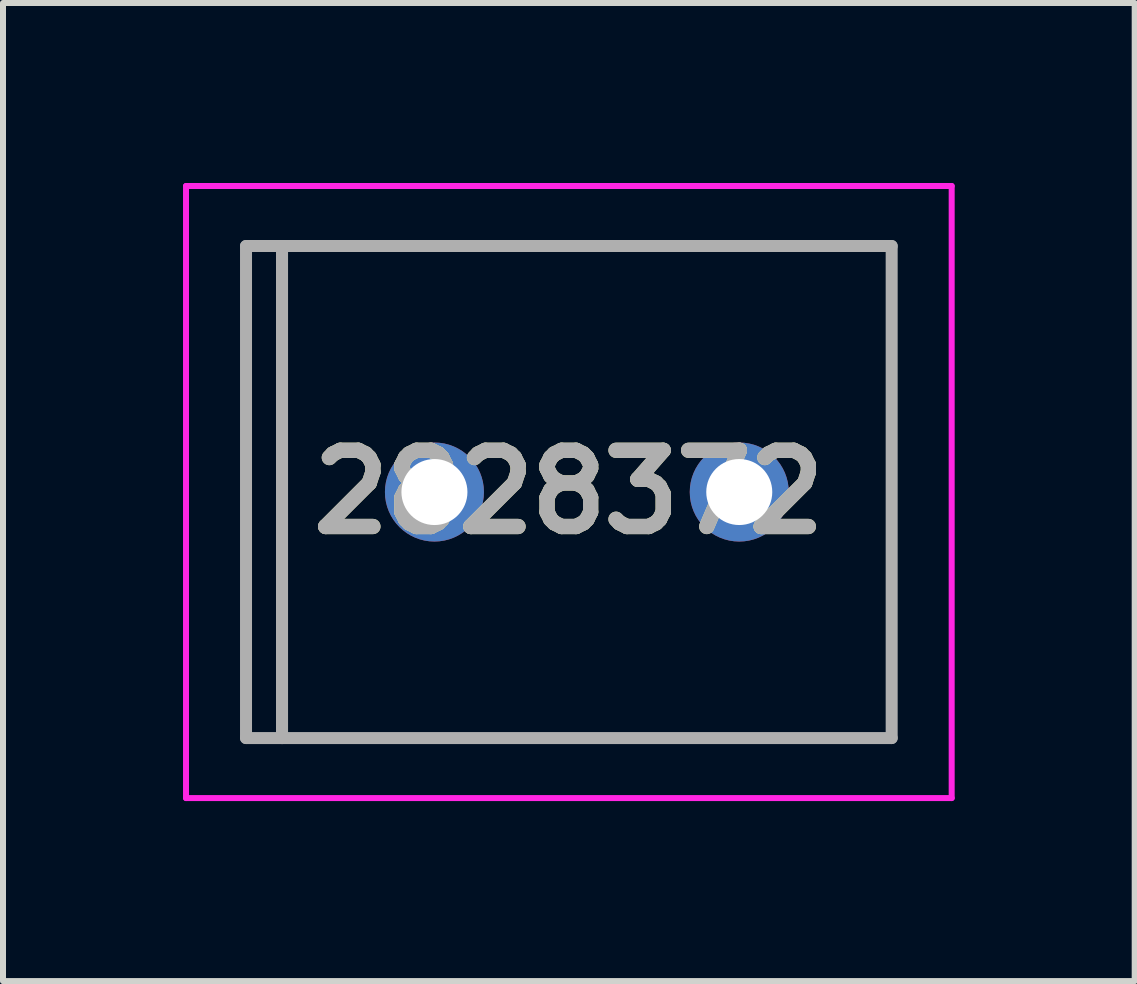
<source format=kicad_pcb>
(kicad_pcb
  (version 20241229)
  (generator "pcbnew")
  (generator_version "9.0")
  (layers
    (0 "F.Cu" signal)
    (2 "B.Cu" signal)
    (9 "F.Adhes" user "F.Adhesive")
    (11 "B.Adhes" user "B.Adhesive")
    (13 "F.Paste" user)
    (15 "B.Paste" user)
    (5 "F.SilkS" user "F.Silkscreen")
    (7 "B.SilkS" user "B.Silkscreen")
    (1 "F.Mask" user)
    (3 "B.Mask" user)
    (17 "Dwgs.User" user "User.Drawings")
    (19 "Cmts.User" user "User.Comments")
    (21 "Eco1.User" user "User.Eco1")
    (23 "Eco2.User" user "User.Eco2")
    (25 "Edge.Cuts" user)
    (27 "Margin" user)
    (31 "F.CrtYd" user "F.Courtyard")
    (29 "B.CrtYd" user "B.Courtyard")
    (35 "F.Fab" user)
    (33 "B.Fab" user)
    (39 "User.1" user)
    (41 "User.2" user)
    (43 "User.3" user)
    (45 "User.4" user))
  (footprint "2828372"
    (layer "F.Cu")
    (at 4.19 5.15)
    (property "Reference" "2828372" (at 2.24 0 0) (layer "F.SilkS") (effects (font (size 1.27 1.27) (thickness 0.254))))
    (attr through_hole)
    (fp_line (start -2.54 -4.1) (end 7.62 -4.1) (stroke (width 0.1) (type solid)) (layer "F.SilkS"))
    (fp_line (start -2.54 4.1) (end -2.54 -4.1) (stroke (width 0.1) (type solid)) (layer "F.SilkS"))
    (fp_line (start 7.62 -4.1) (end 7.62 4.1) (stroke (width 0.1) (type solid)) (layer "F.SilkS"))
    (fp_line (start 7.62 4.1) (end -2.54 4.1) (stroke (width 0.1) (type solid)) (layer "F.SilkS"))
    (fp_line (start -4.14 -5.1) (end 8.62 -5.1) (stroke (width 0.1) (type solid)) (layer "F.CrtYd"))
    (fp_line (start -4.14 5.1) (end -4.14 -5.1) (stroke (width 0.1) (type solid)) (layer "F.CrtYd"))
    (fp_line (start 8.62 -5.1) (end 8.62 5.1) (stroke (width 0.1) (type solid)) (layer "F.CrtYd"))
    (fp_line (start 8.62 5.1) (end -4.14 5.1) (stroke (width 0.1) (type solid)) (layer "F.CrtYd"))
    (fp_line (start -3.14 -4.1) (end -2.54 -4.1) (stroke (width 0.2) (type solid)) (layer "F.Fab"))
    (fp_line (start -3.14 4.1) (end -3.14 -4.1) (stroke (width 0.2) (type solid)) (layer "F.Fab"))
    (fp_line (start -2.54 -4.1) (end -2.54 4.1) (stroke (width 0.2) (type solid)) (layer "F.Fab"))
    (fp_line (start -2.54 -4.1) (end 7.62 -4.1) (stroke (width 0.2) (type solid)) (layer "F.Fab"))
    (fp_line (start -2.54 4.1) (end -3.14 4.1) (stroke (width 0.2) (type solid)) (layer "F.Fab"))
    (fp_line (start -2.54 4.1) (end -2.54 -4.1) (stroke (width 0.2) (type solid)) (layer "F.Fab"))
    (fp_line (start 7.62 -4.1) (end 7.62 4.1) (stroke (width 0.2) (type solid)) (layer "F.Fab"))
    (fp_line (start 7.62 4.1) (end -2.54 4.1) (stroke (width 0.2) (type solid)) (layer "F.Fab"))
    (fp_text user "${REFERENCE}" (at 2.24 0 0) (layer "F.Fab") (effects (font (size 1.27 1.27) (thickness 0.254))))
    (pad "1" thru_hole circle (at 0 0) (size 1.65 1.65) (drill 1.1) (layers "*.Cu" "*.Mask"))
    (pad "2" thru_hole circle (at 5.08 0) (size 1.65 1.65) (drill 1.1) (layers "*.Cu" "*.Mask")))
  (gr_rect
    (start -3 -3)
    (end 15.86 13.3)
    (stroke (width 0.1) (type default))
    (fill no)
    (layer "Edge.Cuts")))
</source>
